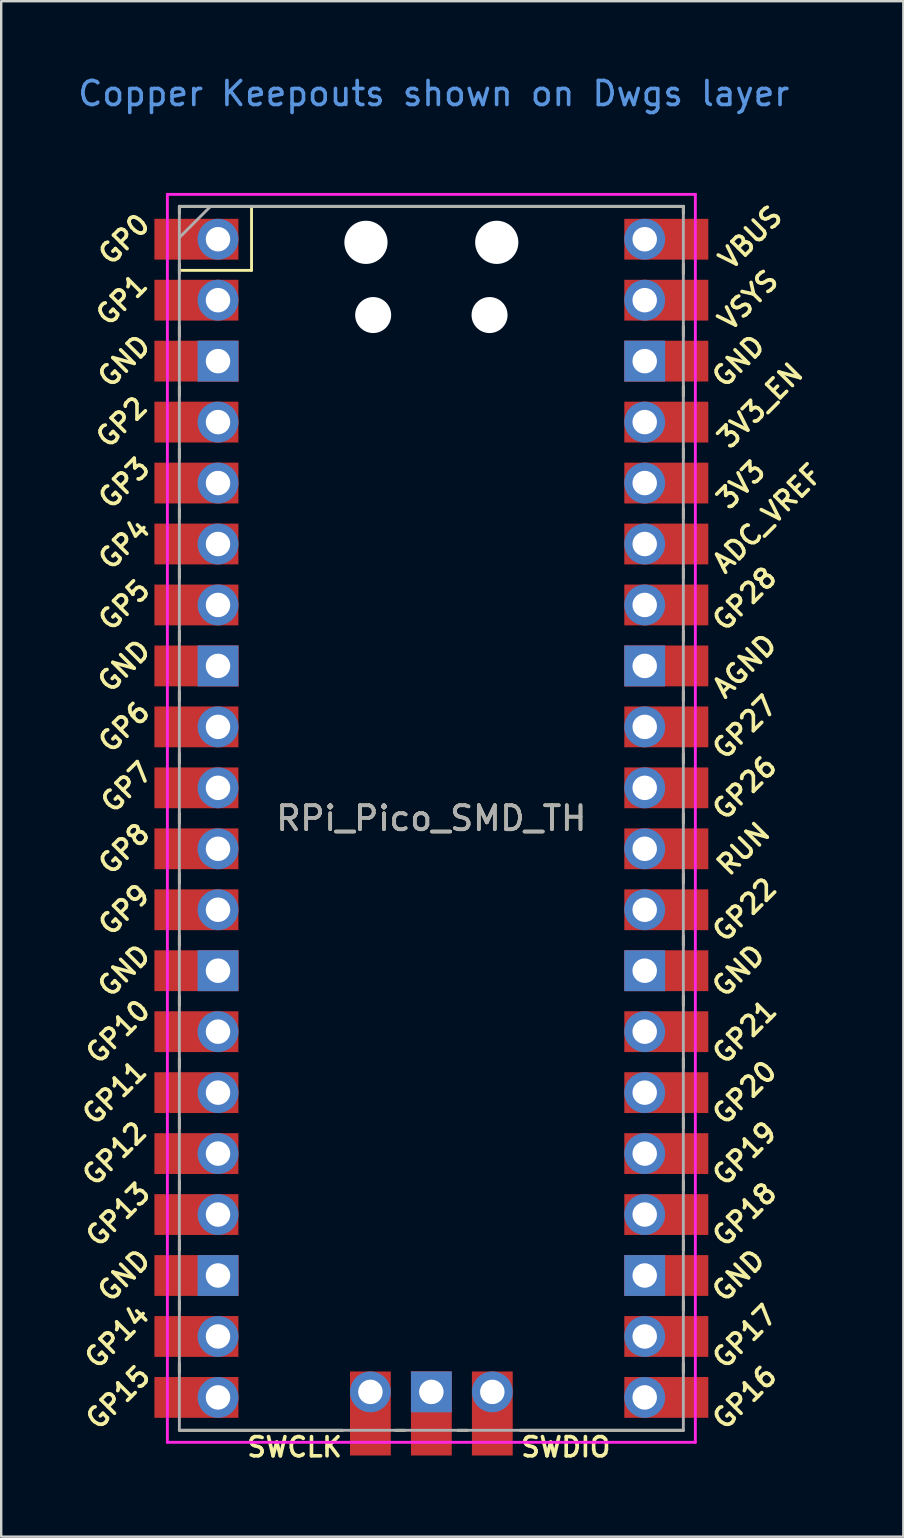
<source format=kicad_pcb>
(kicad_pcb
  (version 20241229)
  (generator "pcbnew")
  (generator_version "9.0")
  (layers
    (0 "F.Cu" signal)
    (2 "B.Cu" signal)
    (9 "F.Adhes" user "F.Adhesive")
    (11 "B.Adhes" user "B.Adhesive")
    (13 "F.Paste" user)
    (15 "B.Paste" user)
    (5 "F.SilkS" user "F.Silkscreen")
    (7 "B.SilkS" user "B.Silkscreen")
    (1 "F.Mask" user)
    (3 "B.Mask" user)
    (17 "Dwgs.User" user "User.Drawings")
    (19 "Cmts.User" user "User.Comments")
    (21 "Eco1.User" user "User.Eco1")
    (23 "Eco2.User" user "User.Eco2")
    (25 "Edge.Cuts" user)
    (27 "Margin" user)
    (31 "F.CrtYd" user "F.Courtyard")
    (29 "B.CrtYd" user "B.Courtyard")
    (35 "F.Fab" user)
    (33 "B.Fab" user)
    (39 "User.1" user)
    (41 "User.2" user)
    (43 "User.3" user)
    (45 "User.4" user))
  (footprint "RPi_Pico_SMD_TH"
    (layer "F.Cu")
    (at 14.924 31.048)
    (property "Reference" "RPi_Pico_SMD_TH" (at 0 0 0) (layer "F.SilkS") (effects (font (size 1 1) (thickness 0.15))))
    (attr through_hole)
    (fp_line (start -10.5 -25.5) (end -10.5 -25.2) (stroke (width 0.12) (type solid)) (layer "F.SilkS"))
    (fp_line (start -10.5 -25.5) (end 10.5 -25.5) (stroke (width 0.12) (type solid)) (layer "F.SilkS"))
    (fp_line (start -10.5 -23.1) (end -10.5 -22.7) (stroke (width 0.12) (type solid)) (layer "F.SilkS"))
    (fp_line (start -10.5 -22.833) (end -7.493 -22.833) (stroke (width 0.12) (type solid)) (layer "F.SilkS"))
    (fp_line (start -10.5 -20.5) (end -10.5 -20.1) (stroke (width 0.12) (type solid)) (layer "F.SilkS"))
    (fp_line (start -10.5 -18) (end -10.5 -17.6) (stroke (width 0.12) (type solid)) (layer "F.SilkS"))
    (fp_line (start -10.5 -15.4) (end -10.5 -15) (stroke (width 0.12) (type solid)) (layer "F.SilkS"))
    (fp_line (start -10.5 -12.9) (end -10.5 -12.5) (stroke (width 0.12) (type solid)) (layer "F.SilkS"))
    (fp_line (start -10.5 -10.4) (end -10.5 -10) (stroke (width 0.12) (type solid)) (layer "F.SilkS"))
    (fp_line (start -10.5 -7.8) (end -10.5 -7.4) (stroke (width 0.12) (type solid)) (layer "F.SilkS"))
    (fp_line (start -10.5 -5.3) (end -10.5 -4.9) (stroke (width 0.12) (type solid)) (layer "F.SilkS"))
    (fp_line (start -10.5 -2.7) (end -10.5 -2.3) (stroke (width 0.12) (type solid)) (layer "F.SilkS"))
    (fp_line (start -10.5 -0.2) (end -10.5 0.2) (stroke (width 0.12) (type solid)) (layer "F.SilkS"))
    (fp_line (start -10.5 2.3) (end -10.5 2.7) (stroke (width 0.12) (type solid)) (layer "F.SilkS"))
    (fp_line (start -10.5 4.9) (end -10.5 5.3) (stroke (width 0.12) (type solid)) (layer "F.SilkS"))
    (fp_line (start -10.5 7.4) (end -10.5 7.8) (stroke (width 0.12) (type solid)) (layer "F.SilkS"))
    (fp_line (start -10.5 10) (end -10.5 10.4) (stroke (width 0.12) (type solid)) (layer "F.SilkS"))
    (fp_line (start -10.5 12.5) (end -10.5 12.9) (stroke (width 0.12) (type solid)) (layer "F.SilkS"))
    (fp_line (start -10.5 15.1) (end -10.5 15.5) (stroke (width 0.12) (type solid)) (layer "F.SilkS"))
    (fp_line (start -10.5 17.6) (end -10.5 18) (stroke (width 0.12) (type solid)) (layer "F.SilkS"))
    (fp_line (start -10.5 20.1) (end -10.5 20.5) (stroke (width 0.12) (type solid)) (layer "F.SilkS"))
    (fp_line (start -10.5 22.7) (end -10.5 23.1) (stroke (width 0.12) (type solid)) (layer "F.SilkS"))
    (fp_line (start -7.493 -22.833) (end -7.493 -25.5) (stroke (width 0.12) (type solid)) (layer "F.SilkS"))
    (fp_line (start -3.7 25.5) (end -10.5 25.5) (stroke (width 0.12) (type solid)) (layer "F.SilkS"))
    (fp_line (start -1.5 25.5) (end -1.1 25.5) (stroke (width 0.12) (type solid)) (layer "F.SilkS"))
    (fp_line (start 1.1 25.5) (end 1.5 25.5) (stroke (width 0.12) (type solid)) (layer "F.SilkS"))
    (fp_line (start 10.5 -25.5) (end 10.5 -25.2) (stroke (width 0.12) (type solid)) (layer "F.SilkS"))
    (fp_line (start 10.5 -23.1) (end 10.5 -22.7) (stroke (width 0.12) (type solid)) (layer "F.SilkS"))
    (fp_line (start 10.5 -20.5) (end 10.5 -20.1) (stroke (width 0.12) (type solid)) (layer "F.SilkS"))
    (fp_line (start 10.5 -18) (end 10.5 -17.6) (stroke (width 0.12) (type solid)) (layer "F.SilkS"))
    (fp_line (start 10.5 -15.4) (end 10.5 -15) (stroke (width 0.12) (type solid)) (layer "F.SilkS"))
    (fp_line (start 10.5 -12.9) (end 10.5 -12.5) (stroke (width 0.12) (type solid)) (layer "F.SilkS"))
    (fp_line (start 10.5 -10.4) (end 10.5 -10) (stroke (width 0.12) (type solid)) (layer "F.SilkS"))
    (fp_line (start 10.5 -7.8) (end 10.5 -7.4) (stroke (width 0.12) (type solid)) (layer "F.SilkS"))
    (fp_line (start 10.5 -5.3) (end 10.5 -4.9) (stroke (width 0.12) (type solid)) (layer "F.SilkS"))
    (fp_line (start 10.5 -2.7) (end 10.5 -2.3) (stroke (width 0.12) (type solid)) (layer "F.SilkS"))
    (fp_line (start 10.5 -0.2) (end 10.5 0.2) (stroke (width 0.12) (type solid)) (layer "F.SilkS"))
    (fp_line (start 10.5 2.3) (end 10.5 2.7) (stroke (width 0.12) (type solid)) (layer "F.SilkS"))
    (fp_line (start 10.5 4.9) (end 10.5 5.3) (stroke (width 0.12) (type solid)) (layer "F.SilkS"))
    (fp_line (start 10.5 7.4) (end 10.5 7.8) (stroke (width 0.12) (type solid)) (layer "F.SilkS"))
    (fp_line (start 10.5 10) (end 10.5 10.4) (stroke (width 0.12) (type solid)) (layer "F.SilkS"))
    (fp_line (start 10.5 12.5) (end 10.5 12.9) (stroke (width 0.12) (type solid)) (layer "F.SilkS"))
    (fp_line (start 10.5 15.1) (end 10.5 15.5) (stroke (width 0.12) (type solid)) (layer "F.SilkS"))
    (fp_line (start 10.5 17.6) (end 10.5 18) (stroke (width 0.12) (type solid)) (layer "F.SilkS"))
    (fp_line (start 10.5 20.1) (end 10.5 20.5) (stroke (width 0.12) (type solid)) (layer "F.SilkS"))
    (fp_line (start 10.5 22.7) (end 10.5 23.1) (stroke (width 0.12) (type solid)) (layer "F.SilkS"))
    (fp_line (start 10.5 25.5) (end 3.7 25.5) (stroke (width 0.12) (type solid)) (layer "F.SilkS"))
    (fp_line (start -11 -26) (end 11 -26) (stroke (width 0.12) (type solid)) (layer "F.CrtYd"))
    (fp_line (start -11 26) (end -11 -26) (stroke (width 0.12) (type solid)) (layer "F.CrtYd"))
    (fp_line (start 11 -26) (end 11 26) (stroke (width 0.12) (type solid)) (layer "F.CrtYd"))
    (fp_line (start 11 26) (end -11 26) (stroke (width 0.12) (type solid)) (layer "F.CrtYd"))
    (fp_line (start -10.5 -25.5) (end 10.5 -25.5) (stroke (width 0.12) (type solid)) (layer "F.Fab"))
    (fp_line (start -10.5 -24.2) (end -9.2 -25.5) (stroke (width 0.12) (type solid)) (layer "F.Fab"))
    (fp_line (start -10.5 25.5) (end -10.5 -25.5) (stroke (width 0.12) (type solid)) (layer "F.Fab"))
    (fp_line (start 10.5 -25.5) (end 10.5 25.5) (stroke (width 0.12) (type solid)) (layer "F.Fab"))
    (fp_line (start 10.5 25.5) (end -10.5 25.5) (stroke (width 0.12) (type solid)) (layer "F.Fab"))
    (fp_text user "3V3_EN" (at 13.7 -17.2 45) (layer "F.SilkS") (effects (font (size 0.8 0.8) (thickness 0.15))))
    (fp_text user "GP18" (at 13.054 16.51 45) (layer "F.SilkS") (effects (font (size 0.8 0.8) (thickness 0.15))))
    (fp_text user "GP26" (at 13.054 -1.27 45) (layer "F.SilkS") (effects (font (size 0.8 0.8) (thickness 0.15))))
    (fp_text user "GND" (at 12.8 6.35 45) (layer "F.SilkS") (effects (font (size 0.8 0.8) (thickness 0.15))))
    (fp_text user "GP10" (at -13.054 8.89 45) (layer "F.SilkS") (effects (font (size 0.8 0.8) (thickness 0.15))))
    (fp_text user "GP20" (at 13.054 11.43 45) (layer "F.SilkS") (effects (font (size 0.8 0.8) (thickness 0.15))))
    (fp_text user "GND" (at -12.8 6.35 45) (layer "F.SilkS") (effects (font (size 0.8 0.8) (thickness 0.15))))
    (fp_text user "GP12" (at -13.2 13.97 45) (layer "F.SilkS") (effects (font (size 0.8 0.8) (thickness 0.15))))
    (fp_text user "GP15" (at -13.054 24.13 45) (layer "F.SilkS") (effects (font (size 0.8 0.8) (thickness 0.15))))
    (fp_text user "AGND" (at 13.054 -6.35 45) (layer "F.SilkS") (effects (font (size 0.8 0.8) (thickness 0.15))))
    (fp_text user "GP19" (at 13.054 13.97 45) (layer "F.SilkS") (effects (font (size 0.8 0.8) (thickness 0.15))))
    (fp_text user "GP0" (at -12.8 -24.13 45) (layer "F.SilkS") (effects (font (size 0.8 0.8) (thickness 0.15))))
    (fp_text user "GP4" (at -12.8 -11.43 45) (layer "F.SilkS") (effects (font (size 0.8 0.8) (thickness 0.15))))
    (fp_text user "GP16" (at 13.054 24.13 45) (layer "F.SilkS") (effects (font (size 0.8 0.8) (thickness 0.15))))
    (fp_text user "ADC_VREF" (at 14 -12.5 45) (layer "F.SilkS") (effects (font (size 0.8 0.8) (thickness 0.15))))
    (fp_text user "VSYS" (at 13.2 -21.59 45) (layer "F.SilkS") (effects (font (size 0.8 0.8) (thickness 0.15))))
    (fp_text user "GP7" (at -12.7 -1.3 45) (layer "F.SilkS") (effects (font (size 0.8 0.8) (thickness 0.15))))
    (fp_text user "GP2" (at -12.9 -16.51 45) (layer "F.SilkS") (effects (font (size 0.8 0.8) (thickness 0.15))))
    (fp_text user "GP14" (at -13.1 21.59 45) (layer "F.SilkS") (effects (font (size 0.8 0.8) (thickness 0.15))))
    (fp_text user "GP6" (at -12.8 -3.81 45) (layer "F.SilkS") (effects (font (size 0.8 0.8) (thickness 0.15))))
    (fp_text user "GP3" (at -12.8 -13.97 45) (layer "F.SilkS") (effects (font (size 0.8 0.8) (thickness 0.15))))
    (fp_text user "GND" (at -12.8 -6.35 45) (layer "F.SilkS") (effects (font (size 0.8 0.8) (thickness 0.15))))
    (fp_text user "RUN" (at 13 1.27 45) (layer "F.SilkS") (effects (font (size 0.8 0.8) (thickness 0.15))))
    (fp_text user "GND" (at 12.8 19.05 45) (layer "F.SilkS") (effects (font (size 0.8 0.8) (thickness 0.15))))
    (fp_text user "SWDIO" (at 5.6 26.2 0) (layer "F.SilkS") (effects (font (size 0.8 0.8) (thickness 0.15))))
    (fp_text user "GP9" (at -12.8 3.81 45) (layer "F.SilkS") (effects (font (size 0.8 0.8) (thickness 0.15))))
    (fp_text user "GP27" (at 13.054 -3.8 45) (layer "F.SilkS") (effects (font (size 0.8 0.8) (thickness 0.15))))
    (fp_text user "GP8" (at -12.8 1.27 45) (layer "F.SilkS") (effects (font (size 0.8 0.8) (thickness 0.15))))
    (fp_text user "3V3" (at 12.9 -13.9 45) (layer "F.SilkS") (effects (font (size 0.8 0.8) (thickness 0.15))))
    (fp_text user "GP22" (at 13.054 3.81 45) (layer "F.SilkS") (effects (font (size 0.8 0.8) (thickness 0.15))))
    (fp_text user "SWCLK" (at -5.7 26.2 0) (layer "F.SilkS") (effects (font (size 0.8 0.8) (thickness 0.15))))
    (fp_text user "GP5" (at -12.8 -8.89 45) (layer "F.SilkS") (effects (font (size 0.8 0.8) (thickness 0.15))))
    (fp_text user "GP1" (at -12.9 -21.6 45) (layer "F.SilkS") (effects (font (size 0.8 0.8) (thickness 0.15))))
    (fp_text user "GP28" (at 13.054 -9.144 45) (layer "F.SilkS") (effects (font (size 0.8 0.8) (thickness 0.15))))
    (fp_text user "GP17" (at 13.054 21.59 45) (layer "F.SilkS") (effects (font (size 0.8 0.8) (thickness 0.15))))
    (fp_text user "GP13" (at -13.054 16.51 45) (layer "F.SilkS") (effects (font (size 0.8 0.8) (thickness 0.15))))
    (fp_text user "GND" (at -12.8 19.05 45) (layer "F.SilkS") (effects (font (size 0.8 0.8) (thickness 0.15))))
    (fp_text user "GND" (at 12.8 -19.05 45) (layer "F.SilkS") (effects (font (size 0.8 0.8) (thickness 0.15))))
    (fp_text user "GND" (at -12.8 -19.05 45) (layer "F.SilkS") (effects (font (size 0.8 0.8) (thickness 0.15))))
    (fp_text user "GP21" (at 13.054 8.9 45) (layer "F.SilkS") (effects (font (size 0.8 0.8) (thickness 0.15))))
    (fp_text user "GP11" (at -13.2 11.43 45) (layer "F.SilkS") (effects (font (size 0.8 0.8) (thickness 0.15))))
    (fp_text user "VBUS" (at 13.3 -24.2 45) (layer "F.SilkS") (effects (font (size 0.8 0.8) (thickness 0.15))))
    (fp_text user "Copper Keepouts shown on Dwgs layer" (at 0.1 -30.2 0) (layer "Cmts.User") (effects (font (size 1 1) (thickness 0.15))))
    (fp_text user "${REFERENCE}" (at 0 0 180) (layer "F.Fab") (effects (font (size 1 1) (thickness 0.15))))
    (pad "" np_thru_hole oval (at -2.725 -24) (size 1.8 1.8) (drill 1.8) (layers "*.Cu" "*.Mask"))
    (pad "" np_thru_hole oval (at -2.425 -20.97) (size 1.5 1.5) (drill 1.5) (layers "*.Cu" "*.Mask"))
    (pad "" np_thru_hole oval (at 2.425 -20.97) (size 1.5 1.5) (drill 1.5) (layers "*.Cu" "*.Mask"))
    (pad "" np_thru_hole oval (at 2.725 -24) (size 1.8 1.8) (drill 1.8) (layers "*.Cu" "*.Mask"))
    (pad "1" thru_hole oval (at -8.89 -24.13) (size 1.7 1.7) (drill 1.02) (layers "*.Cu" "*.Mask"))
    (pad "1" smd rect (at -8.89 -24.13) (size 3.5 1.7) (drill (offset -0.9 0)) (layers "F.Cu" "F.Mask"))
    (pad "2" thru_hole oval (at -8.89 -21.59) (size 1.7 1.7) (drill 1.02) (layers "*.Cu" "*.Mask"))
    (pad "2" smd rect (at -8.89 -21.59) (size 3.5 1.7) (drill (offset -0.9 0)) (layers "F.Cu" "F.Mask"))
    (pad "3" thru_hole rect (at -8.89 -19.05) (size 1.7 1.7) (drill 1.02) (layers "*.Cu" "*.Mask"))
    (pad "3" smd rect (at -8.89 -19.05) (size 3.5 1.7) (drill (offset -0.9 0)) (layers "F.Cu" "F.Mask"))
    (pad "4" thru_hole oval (at -8.89 -16.51) (size 1.7 1.7) (drill 1.02) (layers "*.Cu" "*.Mask"))
    (pad "4" smd rect (at -8.89 -16.51) (size 3.5 1.7) (drill (offset -0.9 0)) (layers "F.Cu" "F.Mask"))
    (pad "5" thru_hole oval (at -8.89 -13.97) (size 1.7 1.7) (drill 1.02) (layers "*.Cu" "*.Mask"))
    (pad "5" smd rect (at -8.89 -13.97) (size 3.5 1.7) (drill (offset -0.9 0)) (layers "F.Cu" "F.Mask"))
    (pad "6" thru_hole oval (at -8.89 -11.43) (size 1.7 1.7) (drill 1.02) (layers "*.Cu" "*.Mask"))
    (pad "6" smd rect (at -8.89 -11.43) (size 3.5 1.7) (drill (offset -0.9 0)) (layers "F.Cu" "F.Mask"))
    (pad "7" thru_hole oval (at -8.89 -8.89) (size 1.7 1.7) (drill 1.02) (layers "*.Cu" "*.Mask"))
    (pad "7" smd rect (at -8.89 -8.89) (size 3.5 1.7) (drill (offset -0.9 0)) (layers "F.Cu" "F.Mask"))
    (pad "8" thru_hole rect (at -8.89 -6.35) (size 1.7 1.7) (drill 1.02) (layers "*.Cu" "*.Mask"))
    (pad "8" smd rect (at -8.89 -6.35) (size 3.5 1.7) (drill (offset -0.9 0)) (layers "F.Cu" "F.Mask"))
    (pad "9" thru_hole oval (at -8.89 -3.81) (size 1.7 1.7) (drill 1.02) (layers "*.Cu" "*.Mask"))
    (pad "9" smd rect (at -8.89 -3.81) (size 3.5 1.7) (drill (offset -0.9 0)) (layers "F.Cu" "F.Mask"))
    (pad "10" thru_hole oval (at -8.89 -1.27) (size 1.7 1.7) (drill 1.02) (layers "*.Cu" "*.Mask"))
    (pad "10" smd rect (at -8.89 -1.27) (size 3.5 1.7) (drill (offset -0.9 0)) (layers "F.Cu" "F.Mask"))
    (pad "11" thru_hole oval (at -8.89 1.27) (size 1.7 1.7) (drill 1.02) (layers "*.Cu" "*.Mask"))
    (pad "11" smd rect (at -8.89 1.27) (size 3.5 1.7) (drill (offset -0.9 0)) (layers "F.Cu" "F.Mask"))
    (pad "12" thru_hole oval (at -8.89 3.81) (size 1.7 1.7) (drill 1.02) (layers "*.Cu" "*.Mask"))
    (pad "12" smd rect (at -8.89 3.81) (size 3.5 1.7) (drill (offset -0.9 0)) (layers "F.Cu" "F.Mask"))
    (pad "13" thru_hole rect (at -8.89 6.35) (size 1.7 1.7) (drill 1.02) (layers "*.Cu" "*.Mask"))
    (pad "13" smd rect (at -8.89 6.35) (size 3.5 1.7) (drill (offset -0.9 0)) (layers "F.Cu" "F.Mask"))
    (pad "14" thru_hole oval (at -8.89 8.89) (size 1.7 1.7) (drill 1.02) (layers "*.Cu" "*.Mask"))
    (pad "14" smd rect (at -8.89 8.89) (size 3.5 1.7) (drill (offset -0.9 0)) (layers "F.Cu" "F.Mask"))
    (pad "15" thru_hole oval (at -8.89 11.43) (size 1.7 1.7) (drill 1.02) (layers "*.Cu" "*.Mask"))
    (pad "15" smd rect (at -8.89 11.43) (size 3.5 1.7) (drill (offset -0.9 0)) (layers "F.Cu" "F.Mask"))
    (pad "16" thru_hole oval (at -8.89 13.97) (size 1.7 1.7) (drill 1.02) (layers "*.Cu" "*.Mask"))
    (pad "16" smd rect (at -8.89 13.97) (size 3.5 1.7) (drill (offset -0.9 0)) (layers "F.Cu" "F.Mask"))
    (pad "17" thru_hole oval (at -8.89 16.51) (size 1.7 1.7) (drill 1.02) (layers "*.Cu" "*.Mask"))
    (pad "17" smd rect (at -8.89 16.51) (size 3.5 1.7) (drill (offset -0.9 0)) (layers "F.Cu" "F.Mask"))
    (pad "18" thru_hole rect (at -8.89 19.05) (size 1.7 1.7) (drill 1.02) (layers "*.Cu" "*.Mask"))
    (pad "18" smd rect (at -8.89 19.05) (size 3.5 1.7) (drill (offset -0.9 0)) (layers "F.Cu" "F.Mask"))
    (pad "19" thru_hole oval (at -8.89 21.59) (size 1.7 1.7) (drill 1.02) (layers "*.Cu" "*.Mask"))
    (pad "19" smd rect (at -8.89 21.59) (size 3.5 1.7) (drill (offset -0.9 0)) (layers "F.Cu" "F.Mask"))
    (pad "20" thru_hole oval (at -8.89 24.13) (size 1.7 1.7) (drill 1.02) (layers "*.Cu" "*.Mask"))
    (pad "20" smd rect (at -8.89 24.13) (size 3.5 1.7) (drill (offset -0.9 0)) (layers "F.Cu" "F.Mask"))
    (pad "21" thru_hole oval (at 8.89 24.13) (size 1.7 1.7) (drill 1.02) (layers "*.Cu" "*.Mask"))
    (pad "21" smd rect (at 8.89 24.13) (size 3.5 1.7) (drill (offset 0.9 0)) (layers "F.Cu" "F.Mask"))
    (pad "22" thru_hole oval (at 8.89 21.59) (size 1.7 1.7) (drill 1.02) (layers "*.Cu" "*.Mask"))
    (pad "22" smd rect (at 8.89 21.59) (size 3.5 1.7) (drill (offset 0.9 0)) (layers "F.Cu" "F.Mask"))
    (pad "23" thru_hole rect (at 8.89 19.05) (size 1.7 1.7) (drill 1.02) (layers "*.Cu" "*.Mask"))
    (pad "23" smd rect (at 8.89 19.05) (size 3.5 1.7) (drill (offset 0.9 0)) (layers "F.Cu" "F.Mask"))
    (pad "24" thru_hole oval (at 8.89 16.51) (size 1.7 1.7) (drill 1.02) (layers "*.Cu" "*.Mask"))
    (pad "24" smd rect (at 8.89 16.51) (size 3.5 1.7) (drill (offset 0.9 0)) (layers "F.Cu" "F.Mask"))
    (pad "25" thru_hole oval (at 8.89 13.97) (size 1.7 1.7) (drill 1.02) (layers "*.Cu" "*.Mask"))
    (pad "25" smd rect (at 8.89 13.97) (size 3.5 1.7) (drill (offset 0.9 0)) (layers "F.Cu" "F.Mask"))
    (pad "26" thru_hole oval (at 8.89 11.43) (size 1.7 1.7) (drill 1.02) (layers "*.Cu" "*.Mask"))
    (pad "26" smd rect (at 8.89 11.43) (size 3.5 1.7) (drill (offset 0.9 0)) (layers "F.Cu" "F.Mask"))
    (pad "27" thru_hole oval (at 8.89 8.89) (size 1.7 1.7) (drill 1.02) (layers "*.Cu" "*.Mask"))
    (pad "27" smd rect (at 8.89 8.89) (size 3.5 1.7) (drill (offset 0.9 0)) (layers "F.Cu" "F.Mask"))
    (pad "28" thru_hole rect (at 8.89 6.35) (size 1.7 1.7) (drill 1.02) (layers "*.Cu" "*.Mask"))
    (pad "28" smd rect (at 8.89 6.35) (size 3.5 1.7) (drill (offset 0.9 0)) (layers "F.Cu" "F.Mask"))
    (pad "29" thru_hole oval (at 8.89 3.81) (size 1.7 1.7) (drill 1.02) (layers "*.Cu" "*.Mask"))
    (pad "29" smd rect (at 8.89 3.81) (size 3.5 1.7) (drill (offset 0.9 0)) (layers "F.Cu" "F.Mask"))
    (pad "30" thru_hole oval (at 8.89 1.27) (size 1.7 1.7) (drill 1.02) (layers "*.Cu" "*.Mask"))
    (pad "30" smd rect (at 8.89 1.27) (size 3.5 1.7) (drill (offset 0.9 0)) (layers "F.Cu" "F.Mask"))
    (pad "31" thru_hole oval (at 8.89 -1.27) (size 1.7 1.7) (drill 1.02) (layers "*.Cu" "*.Mask"))
    (pad "31" smd rect (at 8.89 -1.27) (size 3.5 1.7) (drill (offset 0.9 0)) (layers "F.Cu" "F.Mask"))
    (pad "32" thru_hole oval (at 8.89 -3.81) (size 1.7 1.7) (drill 1.02) (layers "*.Cu" "*.Mask"))
    (pad "32" smd rect (at 8.89 -3.81) (size 3.5 1.7) (drill (offset 0.9 0)) (layers "F.Cu" "F.Mask"))
    (pad "33" thru_hole rect (at 8.89 -6.35) (size 1.7 1.7) (drill 1.02) (layers "*.Cu" "*.Mask"))
    (pad "33" smd rect (at 8.89 -6.35) (size 3.5 1.7) (drill (offset 0.9 0)) (layers "F.Cu" "F.Mask"))
    (pad "34" thru_hole oval (at 8.89 -8.89) (size 1.7 1.7) (drill 1.02) (layers "*.Cu" "*.Mask"))
    (pad "34" smd rect (at 8.89 -8.89) (size 3.5 1.7) (drill (offset 0.9 0)) (layers "F.Cu" "F.Mask"))
    (pad "35" thru_hole oval (at 8.89 -11.43) (size 1.7 1.7) (drill 1.02) (layers "*.Cu" "*.Mask"))
    (pad "35" smd rect (at 8.89 -11.43) (size 3.5 1.7) (drill (offset 0.9 0)) (layers "F.Cu" "F.Mask"))
    (pad "36" thru_hole oval (at 8.89 -13.97) (size 1.7 1.7) (drill 1.02) (layers "*.Cu" "*.Mask"))
    (pad "36" smd rect (at 8.89 -13.97) (size 3.5 1.7) (drill (offset 0.9 0)) (layers "F.Cu" "F.Mask"))
    (pad "37" thru_hole oval (at 8.89 -16.51) (size 1.7 1.7) (drill 1.02) (layers "*.Cu" "*.Mask"))
    (pad "37" smd rect (at 8.89 -16.51) (size 3.5 1.7) (drill (offset 0.9 0)) (layers "F.Cu" "F.Mask"))
    (pad "38" thru_hole rect (at 8.89 -19.05) (size 1.7 1.7) (drill 1.02) (layers "*.Cu" "*.Mask"))
    (pad "38" smd rect (at 8.89 -19.05) (size 3.5 1.7) (drill (offset 0.9 0)) (layers "F.Cu" "F.Mask"))
    (pad "39" thru_hole oval (at 8.89 -21.59) (size 1.7 1.7) (drill 1.02) (layers "*.Cu" "*.Mask"))
    (pad "39" smd rect (at 8.89 -21.59) (size 3.5 1.7) (drill (offset 0.9 0)) (layers "F.Cu" "F.Mask"))
    (pad "40" thru_hole oval (at 8.89 -24.13) (size 1.7 1.7) (drill 1.02) (layers "*.Cu" "*.Mask"))
    (pad "40" smd rect (at 8.89 -24.13) (size 3.5 1.7) (drill (offset 0.9 0)) (layers "F.Cu" "F.Mask"))
    (pad "41" thru_hole oval (at -2.54 23.9) (size 1.7 1.7) (drill 1.02) (layers "*.Cu" "*.Mask"))
    (pad "41" smd rect (at -2.54 23.9 90) (size 3.5 1.7) (drill (offset -0.9 0)) (layers "F.Cu" "F.Mask"))
    (pad "42" thru_hole rect (at 0 23.9) (size 1.7 1.7) (drill 1.02) (layers "*.Cu" "*.Mask"))
    (pad "42" smd rect (at 0 23.9 90) (size 3.5 1.7) (drill (offset -0.9 0)) (layers "F.Cu" "F.Mask"))
    (pad "43" thru_hole oval (at 2.54 23.9) (size 1.7 1.7) (drill 1.02) (layers "*.Cu" "*.Mask"))
    (pad "43" smd rect (at 2.54 23.9 90) (size 3.5 1.7) (drill (offset -0.9 0)) (layers "F.Cu" "F.Mask"))
    (zone (net_name "") (layer "F.Cu") (hatch edge 0.508) (connect_pads) (min_thickness 0.254) (filled_areas_thickness no) (keepout (tracks not_allowed) (vias not_allowed) (pads not_allowed) (copperpour not_allowed) (footprints allowed)) (placement (enabled no)) (fill) (polygon (pts (xy 13.524 19.648) (xy 11.324 19.648) (xy 11.324 12.448) (xy 13.524 12.448))))
    (zone (net_name "") (layer "F.Cu") (hatch edge 0.508) (connect_pads) (min_thickness 0.254) (filled_areas_thickness no) (keepout (tracks not_allowed) (vias not_allowed) (pads not_allowed) (copperpour not_allowed) (footprints allowed)) (placement (enabled no)) (fill) (polygon (pts (xy 18.724 10.948) (xy 11.124 10.948) (xy 11.124 6.048) (xy 18.724 6.048)))))
  (gr_rect
    (start -3 -3)
    (end 34.591 60.98)
    (stroke (width 0.1) (type default))
    (fill no)
    (layer "Edge.Cuts")))
</source>
